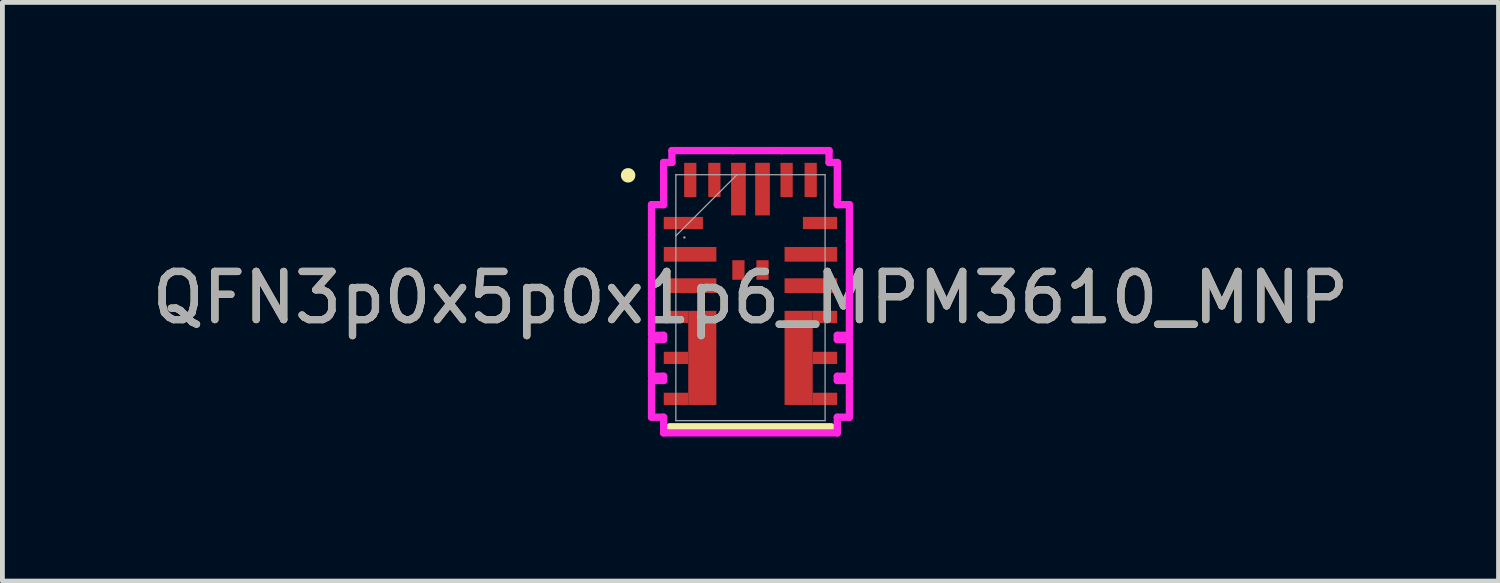
<source format=kicad_pcb>
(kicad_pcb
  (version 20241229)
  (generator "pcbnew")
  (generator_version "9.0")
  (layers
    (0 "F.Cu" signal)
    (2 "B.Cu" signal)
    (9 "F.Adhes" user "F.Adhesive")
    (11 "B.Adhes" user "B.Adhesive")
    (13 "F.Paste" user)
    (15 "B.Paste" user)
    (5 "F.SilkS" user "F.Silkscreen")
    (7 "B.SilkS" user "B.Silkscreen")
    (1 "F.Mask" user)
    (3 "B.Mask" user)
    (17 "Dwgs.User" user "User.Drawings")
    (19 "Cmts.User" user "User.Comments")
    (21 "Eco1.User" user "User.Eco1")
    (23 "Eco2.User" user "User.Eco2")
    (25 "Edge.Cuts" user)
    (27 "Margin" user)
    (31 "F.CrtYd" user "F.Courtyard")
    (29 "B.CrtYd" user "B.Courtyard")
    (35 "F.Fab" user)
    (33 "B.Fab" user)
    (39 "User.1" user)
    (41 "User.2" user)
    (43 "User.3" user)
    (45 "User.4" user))
  (footprint "QFN3p0x5p0x1p6_MPM3610_MNP"
    (layer "F.Cu")
    (at 12.53 3.13)
    (property "Reference" "QFN3p0x5p0x1p6_MPM3610_MNP" (at 0 0 0) (unlocked yes) (layer "F.SilkS") (effects (font (size 1 1) (thickness 0.15))))
    (attr smd)
    (fp_poly (pts (xy -1.292 0.273) (xy -0.708 0.273) (xy -0.708 2.227) (xy -1.292 2.227)) (stroke (width 0) (type solid)) (fill yes) (layer "F.Cu"))
    (fp_poly (pts (xy 1.292 2.227) (xy 0.708 2.227) (xy 0.708 0.273) (xy 1.292 0.273)) (stroke (width 0) (type solid)) (fill yes) (layer "F.Cu"))
    (fp_poly (pts (xy -1.292 0.273) (xy -0.708 0.273) (xy -0.708 2.227) (xy -1.292 2.227)) (stroke (width 0) (type solid)) (fill yes) (layer "F.Mask"))
    (fp_poly (pts (xy 1.292 2.227) (xy 0.708 2.227) (xy 0.708 0.273) (xy 1.292 0.273)) (stroke (width 0) (type solid)) (fill yes) (layer "F.Mask"))
    (fp_line (start 1.676 2.68) (end -1.676 2.68) (stroke (width 0.152) (type solid)) (layer "F.SilkS"))
    (fp_circle (center -2.54 -2.54) (end -2.44 -2.54) (stroke (width 0.1) (type solid)) (fill yes) (layer "F.SilkS"))
    (fp_poly (pts (xy -1.292 0.273) (xy -0.708 0.273) (xy -0.708 2.227) (xy -1.292 2.227)) (stroke (width 0) (type solid)) (fill yes) (layer "F.Paste"))
    (fp_poly (pts (xy 1.292 2.227) (xy 0.708 2.227) (xy 0.708 0.273) (xy 1.292 0.273)) (stroke (width 0) (type solid)) (fill yes) (layer "F.Paste"))
    (fp_line (start -2.054 -1.931) (end -2.054 -1.306) (stroke (width 0.152) (type solid)) (layer "F.CrtYd"))
    (fp_line (start -2.054 -1.306) (end -2.054 -1.306) (stroke (width 0.152) (type solid)) (layer "F.CrtYd"))
    (fp_line (start -2.054 -1.306) (end -2.054 0.019) (stroke (width 0.152) (type solid)) (layer "F.CrtYd"))
    (fp_line (start -2.054 0.019) (end -2.054 0.019) (stroke (width 0.152) (type solid)) (layer "F.CrtYd"))
    (fp_line (start -2.054 0.019) (end -2.054 0.781) (stroke (width 0.152) (type solid)) (layer "F.CrtYd"))
    (fp_line (start -2.054 0.781) (end -1.803 0.781) (stroke (width 0.152) (type solid)) (layer "F.CrtYd"))
    (fp_line (start -2.054 0.869) (end -2.054 1.631) (stroke (width 0.152) (type solid)) (layer "F.CrtYd"))
    (fp_line (start -2.054 1.631) (end -1.803 1.631) (stroke (width 0.152) (type solid)) (layer "F.CrtYd"))
    (fp_line (start -2.054 1.719) (end -2.054 2.481) (stroke (width 0.152) (type solid)) (layer "F.CrtYd"))
    (fp_line (start -2.054 2.481) (end -1.803 2.481) (stroke (width 0.152) (type solid)) (layer "F.CrtYd"))
    (fp_line (start -1.803 -2.807) (end -1.803 -1.931) (stroke (width 0.152) (type solid)) (layer "F.CrtYd"))
    (fp_line (start -1.803 -1.931) (end -2.054 -1.931) (stroke (width 0.152) (type solid)) (layer "F.CrtYd"))
    (fp_line (start -1.803 0.781) (end -1.803 0.869) (stroke (width 0.152) (type solid)) (layer "F.CrtYd"))
    (fp_line (start -1.803 0.869) (end -2.054 0.869) (stroke (width 0.152) (type solid)) (layer "F.CrtYd"))
    (fp_line (start -1.803 1.631) (end -1.803 1.719) (stroke (width 0.152) (type solid)) (layer "F.CrtYd"))
    (fp_line (start -1.803 1.719) (end -2.054 1.719) (stroke (width 0.152) (type solid)) (layer "F.CrtYd"))
    (fp_line (start -1.803 2.481) (end -1.803 2.807) (stroke (width 0.152) (type solid)) (layer "F.CrtYd"))
    (fp_line (start -1.803 2.807) (end 1.803 2.807) (stroke (width 0.152) (type solid)) (layer "F.CrtYd"))
    (fp_line (start -1.631 -3.054) (end -1.631 -2.807) (stroke (width 0.152) (type solid)) (layer "F.CrtYd"))
    (fp_line (start -1.631 -2.807) (end -1.803 -2.807) (stroke (width 0.152) (type solid)) (layer "F.CrtYd"))
    (fp_line (start -0.369 -3.054) (end -0.369 -3.054) (stroke (width 0.152) (type solid)) (layer "F.CrtYd"))
    (fp_line (start -0.369 -3.054) (end -1.631 -3.054) (stroke (width 0.152) (type solid)) (layer "F.CrtYd"))
    (fp_line (start 0.656 -3.054) (end -0.369 -3.054) (stroke (width 0.152) (type solid)) (layer "F.CrtYd"))
    (fp_line (start 0.656 -3.054) (end 0.656 -3.054) (stroke (width 0.152) (type solid)) (layer "F.CrtYd"))
    (fp_line (start 1.631 -3.054) (end 0.656 -3.054) (stroke (width 0.152) (type solid)) (layer "F.CrtYd"))
    (fp_line (start 1.631 -2.807) (end 1.631 -3.054) (stroke (width 0.152) (type solid)) (layer "F.CrtYd"))
    (fp_line (start 1.803 -2.807) (end 1.631 -2.807) (stroke (width 0.152) (type solid)) (layer "F.CrtYd"))
    (fp_line (start 1.803 -1.931) (end 1.803 -2.807) (stroke (width 0.152) (type solid)) (layer "F.CrtYd"))
    (fp_line (start 1.803 0.781) (end 2.054 0.781) (stroke (width 0.152) (type solid)) (layer "F.CrtYd"))
    (fp_line (start 1.803 0.869) (end 1.803 0.781) (stroke (width 0.152) (type solid)) (layer "F.CrtYd"))
    (fp_line (start 1.803 1.631) (end 2.054 1.631) (stroke (width 0.152) (type solid)) (layer "F.CrtYd"))
    (fp_line (start 1.803 1.719) (end 1.803 1.631) (stroke (width 0.152) (type solid)) (layer "F.CrtYd"))
    (fp_line (start 1.803 2.481) (end 2.054 2.481) (stroke (width 0.152) (type solid)) (layer "F.CrtYd"))
    (fp_line (start 1.803 2.807) (end 1.803 2.481) (stroke (width 0.152) (type solid)) (layer "F.CrtYd"))
    (fp_line (start 2.054 -1.931) (end 1.803 -1.931) (stroke (width 0.152) (type solid)) (layer "F.CrtYd"))
    (fp_line (start 2.054 -1.169) (end 2.054 -1.931) (stroke (width 0.152) (type solid)) (layer "F.CrtYd"))
    (fp_line (start 2.054 0.156) (end 2.054 0.156) (stroke (width 0.152) (type solid)) (layer "F.CrtYd"))
    (fp_line (start 2.054 0.781) (end 2.054 0.156) (stroke (width 0.152) (type solid)) (layer "F.CrtYd"))
    (fp_line (start 2.054 0.869) (end 1.803 0.869) (stroke (width 0.152) (type solid)) (layer "F.CrtYd"))
    (fp_line (start 2.054 1.631) (end 2.054 0.869) (stroke (width 0.152) (type solid)) (layer "F.CrtYd"))
    (fp_line (start 2.054 1.719) (end 1.803 1.719) (stroke (width 0.152) (type solid)) (layer "F.CrtYd"))
    (fp_line (start 2.054 2.481) (end 2.054 1.719) (stroke (width 0.152) (type solid)) (layer "F.CrtYd"))
    (fp_line (start 2.054 -1.169) (end 2.054 -1.169) (stroke (width 0.152) (type solid)) (layer "F.CrtYd"))
    (fp_line (start 2.054 0.156) (end 2.054 -1.169) (stroke (width 0.152) (type solid)) (layer "F.CrtYd"))
    (fp_line (start -1.549 -2.553) (end -1.549 2.553) (stroke (width 0.025) (type solid)) (layer "F.Fab"))
    (fp_line (start -1.549 -1.283) (end -0.279 -2.553) (stroke (width 0.025) (type solid)) (layer "F.Fab"))
    (fp_line (start -1.549 2.553) (end 1.549 2.553) (stroke (width 0.025) (type solid)) (layer "F.Fab"))
    (fp_line (start 1.549 -2.553) (end -1.549 -2.553) (stroke (width 0.025) (type solid)) (layer "F.Fab"))
    (fp_line (start 1.549 2.553) (end 1.549 -2.553) (stroke (width 0.025) (type solid)) (layer "F.Fab"))
    (fp_circle (center -1.372 -1.25) (end -1.372 -1.25) (stroke (width 0.025) (type solid)) (fill no) (layer "F.Fab"))
    (fp_text user "${REFERENCE}" (at 0 0 0) (unlocked yes) (layer "F.Fab") (effects (font (size 1 1) (thickness 0.15))))
    (pad "1" smd rect (at -1.394 -1.55) (size 0.813 0.254) (layers "F.Cu" "F.Mask" "F.Paste"))
    (pad "2" smd rect (at -1.254 -0.9) (size 1.092 0.305) (layers "F.Cu" "F.Mask" "F.Paste"))
    (pad "3" smd rect (at -1.254 -0.25) (size 1.092 0.305) (layers "F.Cu" "F.Mask" "F.Paste"))
    (pad "4" smd rect (at -1.546 0.4) (size 0.508 0.254) (layers "F.Cu" "F.Mask" "F.Paste"))
    (pad "5" smd rect (at -1.546 1.25) (size 0.508 0.254) (layers "F.Cu" "F.Mask" "F.Paste"))
    (pad "6" smd rect (at -1.546 2.1) (size 0.508 0.254) (layers "F.Cu" "F.Mask" "F.Paste"))
    (pad "7" smd rect (at 1.546 2.1) (size 0.508 0.254) (layers "F.Cu" "F.Mask" "F.Paste"))
    (pad "8" smd rect (at 1.546 1.25) (size 0.508 0.254) (layers "F.Cu" "F.Mask" "F.Paste"))
    (pad "9" smd rect (at 1.546 0.4) (size 0.508 0.254) (layers "F.Cu" "F.Mask" "F.Paste"))
    (pad "10" smd rect (at 1.254 -0.25) (size 1.092 0.305) (layers "F.Cu" "F.Mask" "F.Paste"))
    (pad "11" smd rect (at 1.254 -0.9) (size 1.092 0.305) (layers "F.Cu" "F.Mask" "F.Paste"))
    (pad "12" smd rect (at 1.444 -1.55) (size 0.711 0.254) (layers "F.Cu" "F.Mask" "F.Paste"))
    (pad "13" smd rect (at 1.25 -2.444 90) (size 0.711 0.254) (layers "F.Cu" "F.Mask" "F.Paste"))
    (pad "14" smd rect (at 0.75 -2.444 90) (size 0.711 0.254) (layers "F.Cu" "F.Mask" "F.Paste"))
    (pad "15" smd rect (at 0.25 -2.254 90) (size 1.092 0.305) (layers "F.Cu" "F.Mask" "F.Paste"))
    (pad "16" smd rect (at -0.25 -2.254 90) (size 1.092 0.305) (layers "F.Cu" "F.Mask" "F.Paste"))
    (pad "17" smd rect (at -0.75 -2.444 90) (size 0.711 0.254) (layers "F.Cu" "F.Mask" "F.Paste"))
    (pad "18" smd rect (at -1.25 -2.444 90) (size 0.711 0.254) (layers "F.Cu" "F.Mask" "F.Paste"))
    (pad "19" smd rect (at -0.25 -0.575) (size 0.254 0.406) (layers "F.Cu" "F.Mask" "F.Paste"))
    (pad "20" smd rect (at 0.25 -0.575) (size 0.254 0.406) (layers "F.Cu" "F.Mask" "F.Paste"))
    (zone (net_name "") (layer "F.Cu") (hatch full 0.508) (connect_pads) (min_thickness 0.254) (filled_areas_thickness no) (keepout (tracks not_allowed) (vias not_allowed) (pads allowed) (copperpour not_allowed) (footprints allowed)) (placement (enabled no)) (fill) (polygon (pts (xy 13.105 2.16) (xy 11.955 2.16) (xy 11.955 2.95) (xy 13.105 2.95)))))
  (gr_rect
    (start -3 -3)
    (end 28.06 9.013)
    (stroke (width 0.1) (type default))
    (fill no)
    (layer "Edge.Cuts")))
</source>
